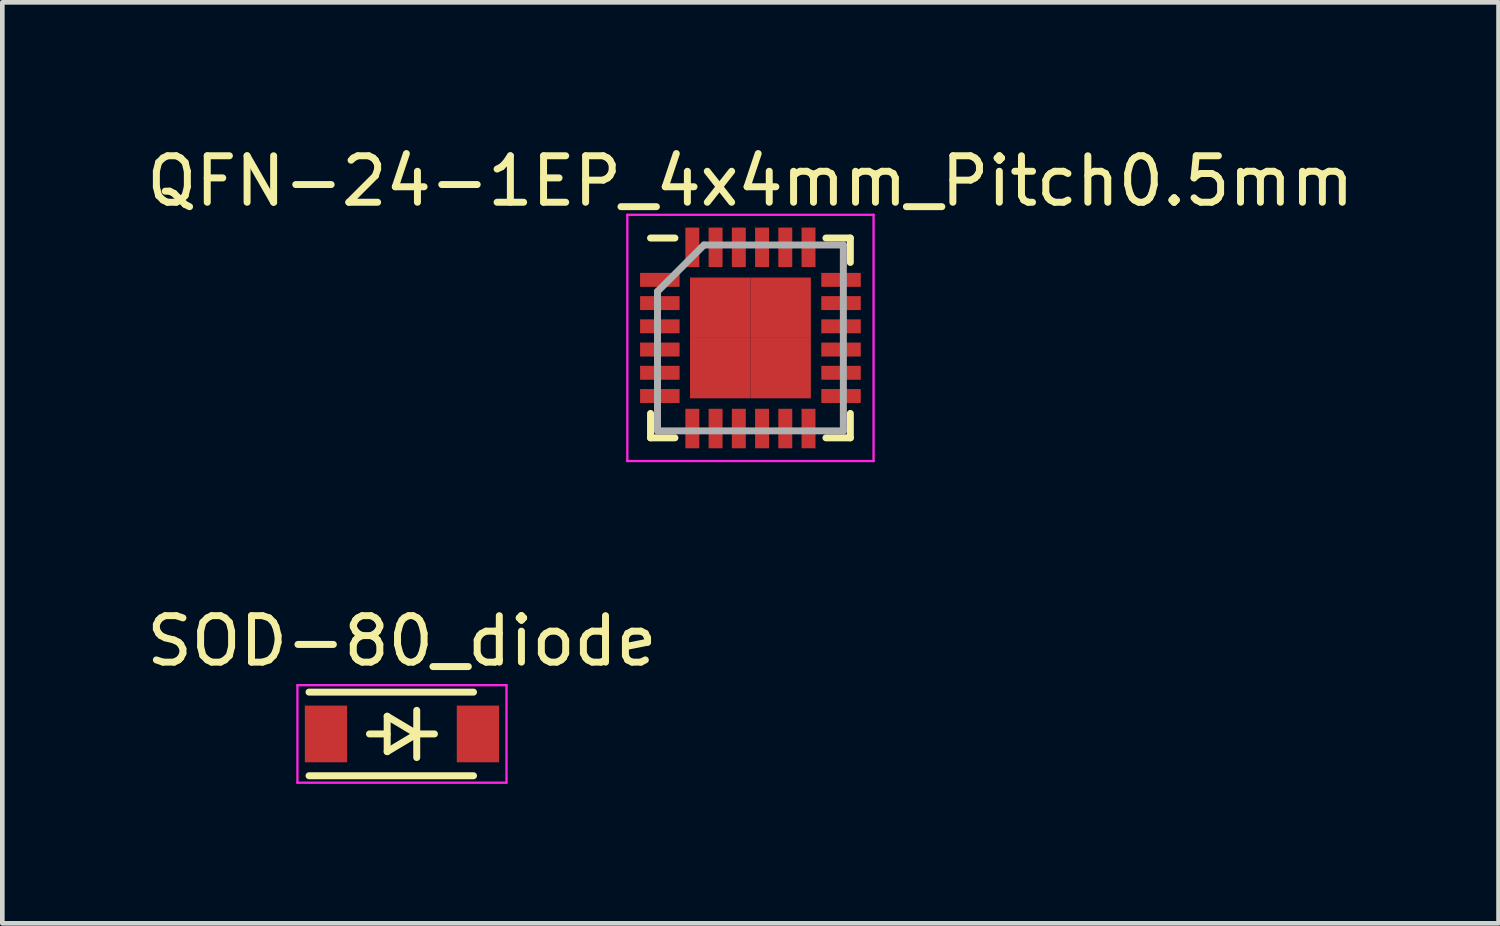
<source format=kicad_pcb>
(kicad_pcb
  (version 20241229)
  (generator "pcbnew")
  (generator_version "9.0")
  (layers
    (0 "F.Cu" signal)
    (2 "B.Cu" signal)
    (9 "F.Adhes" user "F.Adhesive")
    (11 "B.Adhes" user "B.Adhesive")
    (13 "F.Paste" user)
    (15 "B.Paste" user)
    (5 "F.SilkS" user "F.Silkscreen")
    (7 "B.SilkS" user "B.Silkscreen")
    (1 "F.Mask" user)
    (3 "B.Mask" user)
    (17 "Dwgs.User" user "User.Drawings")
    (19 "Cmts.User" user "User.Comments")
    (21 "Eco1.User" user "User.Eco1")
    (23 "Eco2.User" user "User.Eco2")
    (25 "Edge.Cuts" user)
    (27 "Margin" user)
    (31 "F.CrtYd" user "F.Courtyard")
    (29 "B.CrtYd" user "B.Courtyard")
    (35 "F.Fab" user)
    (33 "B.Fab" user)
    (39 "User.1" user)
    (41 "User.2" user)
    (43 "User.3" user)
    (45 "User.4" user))
  (footprint "QFN-24-1EP_4x4mm_Pitch0.5mm"
    (layer "F.Cu")
    (at 13.101 4.223)
    (property "Reference" "QFN-24-1EP_4x4mm_Pitch0.5mm" (at 0 -3.375 0) (layer "F.SilkS") (effects (font (size 1 1) (thickness 0.15))))
    (attr smd)
    (fp_line (start -2.15 -2.15) (end -1.625 -2.15) (stroke (width 0.15) (type solid)) (layer "F.SilkS"))
    (fp_line (start -2.15 2.15) (end -2.15 1.625) (stroke (width 0.15) (type solid)) (layer "F.SilkS"))
    (fp_line (start -2.15 2.15) (end -1.625 2.15) (stroke (width 0.15) (type solid)) (layer "F.SilkS"))
    (fp_line (start 2.15 -2.15) (end 1.625 -2.15) (stroke (width 0.15) (type solid)) (layer "F.SilkS"))
    (fp_line (start 2.15 -2.15) (end 2.15 -1.625) (stroke (width 0.15) (type solid)) (layer "F.SilkS"))
    (fp_line (start 2.15 2.15) (end 1.625 2.15) (stroke (width 0.15) (type solid)) (layer "F.SilkS"))
    (fp_line (start 2.15 2.15) (end 2.15 1.625) (stroke (width 0.15) (type solid)) (layer "F.SilkS"))
    (fp_line (start -2.65 -2.65) (end -2.65 2.65) (stroke (width 0.05) (type solid)) (layer "F.CrtYd"))
    (fp_line (start -2.65 -2.65) (end 2.65 -2.65) (stroke (width 0.05) (type solid)) (layer "F.CrtYd"))
    (fp_line (start -2.65 2.65) (end 2.65 2.65) (stroke (width 0.05) (type solid)) (layer "F.CrtYd"))
    (fp_line (start 2.65 -2.65) (end 2.65 2.65) (stroke (width 0.05) (type solid)) (layer "F.CrtYd"))
    (fp_line (start -2 -1) (end -1 -2) (stroke (width 0.15) (type solid)) (layer "F.Fab"))
    (fp_line (start -2 2) (end -2 -1) (stroke (width 0.15) (type solid)) (layer "F.Fab"))
    (fp_line (start -1 -2) (end 2 -2) (stroke (width 0.15) (type solid)) (layer "F.Fab"))
    (fp_line (start 2 -2) (end 2 2) (stroke (width 0.15) (type solid)) (layer "F.Fab"))
    (fp_line (start 2 2) (end -2 2) (stroke (width 0.15) (type solid)) (layer "F.Fab"))
    (pad "1" smd rect (at -1.95 -1.25) (size 0.85 0.3) (layers "F.Cu" "F.Mask" "F.Paste"))
    (pad "2" smd rect (at -1.95 -0.75) (size 0.85 0.3) (layers "F.Cu" "F.Mask" "F.Paste"))
    (pad "3" smd rect (at -1.95 -0.25) (size 0.85 0.3) (layers "F.Cu" "F.Mask" "F.Paste"))
    (pad "4" smd rect (at -1.95 0.25) (size 0.85 0.3) (layers "F.Cu" "F.Mask" "F.Paste"))
    (pad "5" smd rect (at -1.95 0.75) (size 0.85 0.3) (layers "F.Cu" "F.Mask" "F.Paste"))
    (pad "6" smd rect (at -1.95 1.25) (size 0.85 0.3) (layers "F.Cu" "F.Mask" "F.Paste"))
    (pad "7" smd rect (at -1.25 1.95 90) (size 0.85 0.3) (layers "F.Cu" "F.Mask" "F.Paste"))
    (pad "8" smd rect (at -0.75 1.95 90) (size 0.85 0.3) (layers "F.Cu" "F.Mask" "F.Paste"))
    (pad "9" smd rect (at -0.25 1.95 90) (size 0.85 0.3) (layers "F.Cu" "F.Mask" "F.Paste"))
    (pad "10" smd rect (at 0.25 1.95 90) (size 0.85 0.3) (layers "F.Cu" "F.Mask" "F.Paste"))
    (pad "11" smd rect (at 0.75 1.95 90) (size 0.85 0.3) (layers "F.Cu" "F.Mask" "F.Paste"))
    (pad "12" smd rect (at 1.25 1.95 90) (size 0.85 0.3) (layers "F.Cu" "F.Mask" "F.Paste"))
    (pad "13" smd rect (at 1.95 1.25) (size 0.85 0.3) (layers "F.Cu" "F.Mask" "F.Paste"))
    (pad "14" smd rect (at 1.95 0.75) (size 0.85 0.3) (layers "F.Cu" "F.Mask" "F.Paste"))
    (pad "15" smd rect (at 1.95 0.25) (size 0.85 0.3) (layers "F.Cu" "F.Mask" "F.Paste"))
    (pad "16" smd rect (at 1.95 -0.25) (size 0.85 0.3) (layers "F.Cu" "F.Mask" "F.Paste"))
    (pad "17" smd rect (at 1.95 -0.75) (size 0.85 0.3) (layers "F.Cu" "F.Mask" "F.Paste"))
    (pad "18" smd rect (at 1.95 -1.25) (size 0.85 0.3) (layers "F.Cu" "F.Mask" "F.Paste"))
    (pad "19" smd rect (at 1.25 -1.95 90) (size 0.85 0.3) (layers "F.Cu" "F.Mask" "F.Paste"))
    (pad "20" smd rect (at 0.75 -1.95 90) (size 0.85 0.3) (layers "F.Cu" "F.Mask" "F.Paste"))
    (pad "21" smd rect (at 0.25 -1.95 90) (size 0.85 0.3) (layers "F.Cu" "F.Mask" "F.Paste"))
    (pad "22" smd rect (at -0.25 -1.95 90) (size 0.85 0.3) (layers "F.Cu" "F.Mask" "F.Paste"))
    (pad "23" smd rect (at -0.75 -1.95 90) (size 0.85 0.3) (layers "F.Cu" "F.Mask" "F.Paste"))
    (pad "24" smd rect (at -1.25 -1.95 90) (size 0.85 0.3) (layers "F.Cu" "F.Mask" "F.Paste"))
    (pad "25" smd rect (at -0.65 -0.65) (size 1.3 1.3) (layers "F.Cu" "F.Mask" "F.Paste"))
    (pad "25" smd rect (at -0.65 0.65) (size 1.3 1.3) (layers "F.Cu" "F.Mask" "F.Paste"))
    (pad "25" smd rect (at 0.65 -0.65) (size 1.3 1.3) (layers "F.Cu" "F.Mask" "F.Paste"))
    (pad "25" smd rect (at 0.65 0.65) (size 1.3 1.3) (layers "F.Cu" "F.Mask" "F.Paste")))
  (footprint "SOD-80_diode"
    (layer "F.Cu")
    (at 5.601 12.746)
    (property "Reference" "SOD-80_diode" (at 0 -2 0) (layer "F.SilkS") (effects (font (size 1 1) (thickness 0.15))))
    (attr smd)
    (fp_line (start -2 -0.9) (end 1.54 -0.9) (stroke (width 0.15) (type solid)) (layer "F.SilkS"))
    (fp_line (start -2 0.9) (end 1.54 0.9) (stroke (width 0.15) (type solid)) (layer "F.SilkS"))
    (fp_line (start -0.318 -0.381) (end 0.318 0) (stroke (width 0.15) (type solid)) (layer "F.SilkS"))
    (fp_line (start -0.318 0) (end -0.699 0) (stroke (width 0.15) (type solid)) (layer "F.SilkS"))
    (fp_line (start -0.318 0.381) (end -0.318 -0.381) (stroke (width 0.15) (type solid)) (layer "F.SilkS"))
    (fp_line (start 0.318 0) (end -0.318 0.381) (stroke (width 0.15) (type solid)) (layer "F.SilkS"))
    (fp_line (start 0.318 0.508) (end 0.318 -0.508) (stroke (width 0.15) (type solid)) (layer "F.SilkS"))
    (fp_line (start 0.699 0) (end 0.318 0) (stroke (width 0.15) (type solid)) (layer "F.SilkS"))
    (fp_line (start -2.25 -1.05) (end -2.25 1.05) (stroke (width 0.05) (type solid)) (layer "F.CrtYd"))
    (fp_line (start -2.25 -1.05) (end 2.25 -1.05) (stroke (width 0.05) (type solid)) (layer "F.CrtYd"))
    (fp_line (start 2.25 -1.05) (end 2.25 1.05) (stroke (width 0.05) (type solid)) (layer "F.CrtYd"))
    (fp_line (start 2.25 1.05) (end -2.25 1.05) (stroke (width 0.05) (type solid)) (layer "F.CrtYd"))
    (pad "1" smd rect (at -1.635 0) (size 0.91 1.22) (layers "F.Cu" "F.Mask" "F.Paste"))
    (pad "2" smd rect (at 1.635 0) (size 0.91 1.22) (layers "F.Cu" "F.Mask" "F.Paste")))
  (gr_rect
    (start -3 -3)
    (end 29.202 16.822)
    (stroke (width 0.1) (type default))
    (fill no)
    (layer "Edge.Cuts")))
</source>
